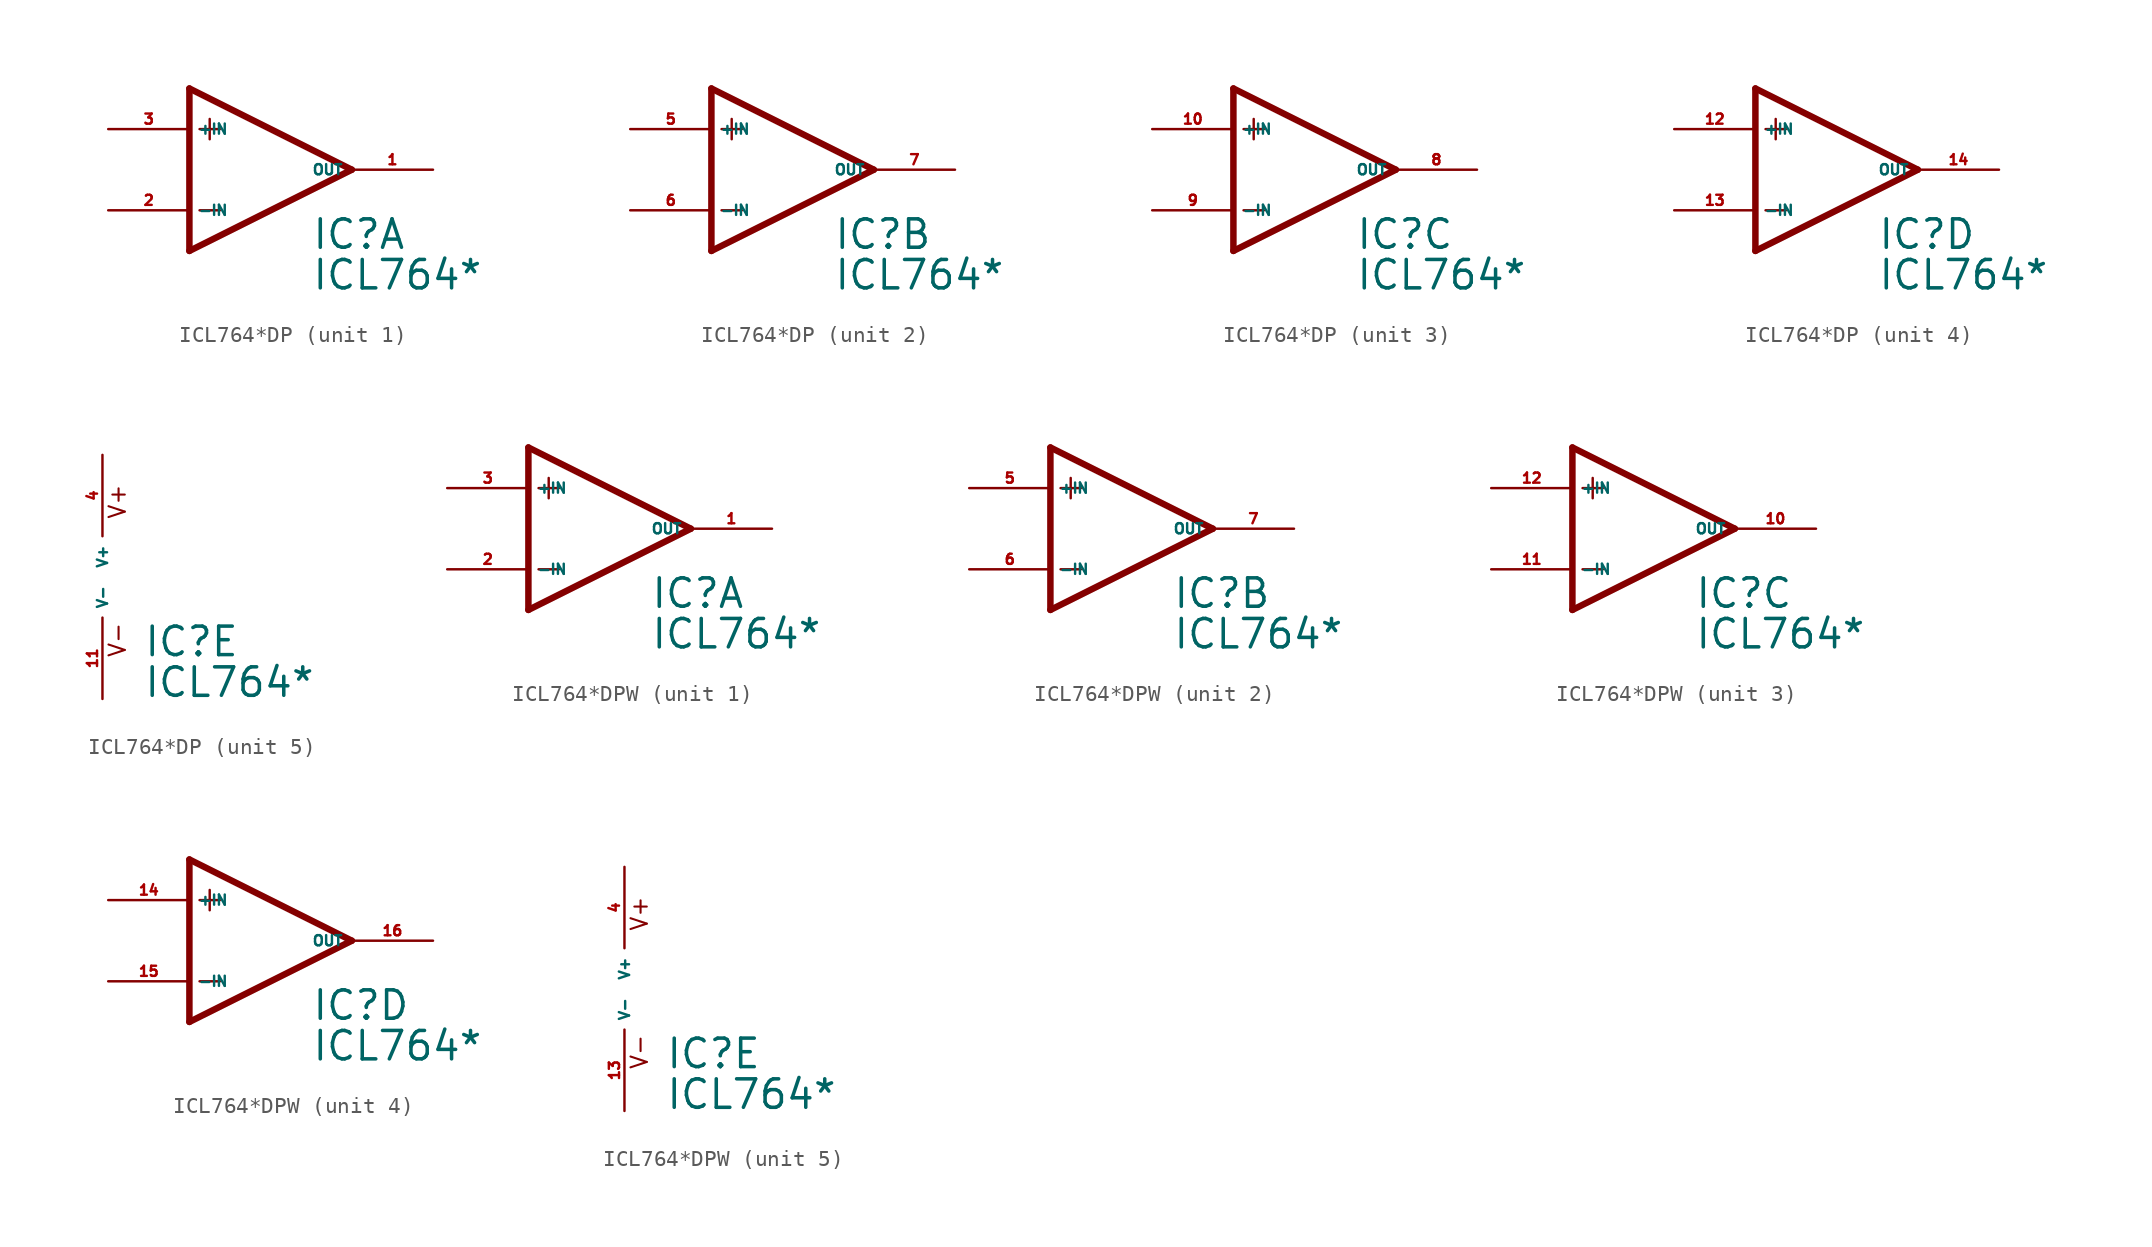
<source format=kicad_sym>
(kicad_symbol_lib
  (version 20220914)
  (generator Eagle2Kicad)
  (symbol "ICL764*DP"
    (property "Reference" "IC"
      (at 2.54 -5.08 0)
      (effects (font (size 1.778 1.778) (thickness 0.22)) (justify left bottom)))
    (property "Value" "ICL764*"
      (at 2.54 -7.62 0)
      (effects (font (size 1.778 1.778) (thickness 0.22)) (justify left bottom)))
    (symbol "ICL764*DP_1_0"
      (polyline (pts (xy -3.81 3.175) (xy -3.81 1.905)) (stroke (width 0.152) (type default)) (fill (type none)))
      (polyline (pts (xy -4.445 2.54) (xy -3.175 2.54)) (stroke (width 0.152) (type default)) (fill (type none)))
      (polyline (pts (xy -4.445 -2.54) (xy -3.175 -2.54)) (stroke (width 0.152) (type default)) (fill (type none)))
      (polyline (pts (xy 5.08 0) (xy -5.08 5.08)) (stroke (width 0.406) (type default)) (fill (type none)))
      (polyline (pts (xy -5.08 5.08) (xy -5.08 -5.08)) (stroke (width 0.406) (type default)) (fill (type none)))
      (polyline (pts (xy -5.08 -5.08) (xy 5.08 0)) (stroke (width 0.406) (type default)) (fill (type none)))
      (pin input line (at -10.16 -2.54 0) (length 5.08) (name "-IN" (effects (font (size 0.635 0.635) (thickness 0.08)) (justify left bottom))) (number "2" (effects (font (size 0.635 0.635) (thickness 0.08)) (justify left bottom))))
      (pin input line (at -10.16 2.54 0) (length 5.08) (name "+IN" (effects (font (size 0.635 0.635) (thickness 0.08)) (justify left bottom))) (number "3" (effects (font (size 0.635 0.635) (thickness 0.08)) (justify left bottom))))
      (pin output line (at 10.16 0 180) (length 5.08) (name "OUT" (effects (font (size 0.635 0.635) (thickness 0.08)) (justify left bottom))) (number "1" (effects (font (size 0.635 0.635) (thickness 0.08)) (justify left bottom)))))
    (symbol "ICL764*DP_2_0"
      (polyline (pts (xy -3.81 3.175) (xy -3.81 1.905)) (stroke (width 0.152) (type default)) (fill (type none)))
      (polyline (pts (xy -4.445 2.54) (xy -3.175 2.54)) (stroke (width 0.152) (type default)) (fill (type none)))
      (polyline (pts (xy -4.445 -2.54) (xy -3.175 -2.54)) (stroke (width 0.152) (type default)) (fill (type none)))
      (polyline (pts (xy 5.08 0) (xy -5.08 5.08)) (stroke (width 0.406) (type default)) (fill (type none)))
      (polyline (pts (xy -5.08 5.08) (xy -5.08 -5.08)) (stroke (width 0.406) (type default)) (fill (type none)))
      (polyline (pts (xy -5.08 -5.08) (xy 5.08 0)) (stroke (width 0.406) (type default)) (fill (type none)))
      (pin input line (at -10.16 -2.54 0) (length 5.08) (name "-IN" (effects (font (size 0.635 0.635) (thickness 0.08)) (justify left bottom))) (number "6" (effects (font (size 0.635 0.635) (thickness 0.08)) (justify left bottom))))
      (pin input line (at -10.16 2.54 0) (length 5.08) (name "+IN" (effects (font (size 0.635 0.635) (thickness 0.08)) (justify left bottom))) (number "5" (effects (font (size 0.635 0.635) (thickness 0.08)) (justify left bottom))))
      (pin output line (at 10.16 0 180) (length 5.08) (name "OUT" (effects (font (size 0.635 0.635) (thickness 0.08)) (justify left bottom))) (number "7" (effects (font (size 0.635 0.635) (thickness 0.08)) (justify left bottom)))))
    (symbol "ICL764*DP_3_0"
      (polyline (pts (xy -3.81 3.175) (xy -3.81 1.905)) (stroke (width 0.152) (type default)) (fill (type none)))
      (polyline (pts (xy -4.445 2.54) (xy -3.175 2.54)) (stroke (width 0.152) (type default)) (fill (type none)))
      (polyline (pts (xy -4.445 -2.54) (xy -3.175 -2.54)) (stroke (width 0.152) (type default)) (fill (type none)))
      (polyline (pts (xy 5.08 0) (xy -5.08 5.08)) (stroke (width 0.406) (type default)) (fill (type none)))
      (polyline (pts (xy -5.08 5.08) (xy -5.08 -5.08)) (stroke (width 0.406) (type default)) (fill (type none)))
      (polyline (pts (xy -5.08 -5.08) (xy 5.08 0)) (stroke (width 0.406) (type default)) (fill (type none)))
      (pin input line (at -10.16 -2.54 0) (length 5.08) (name "-IN" (effects (font (size 0.635 0.635) (thickness 0.08)) (justify left bottom))) (number "9" (effects (font (size 0.635 0.635) (thickness 0.08)) (justify left bottom))))
      (pin input line (at -10.16 2.54 0) (length 5.08) (name "+IN" (effects (font (size 0.635 0.635) (thickness 0.08)) (justify left bottom))) (number "10" (effects (font (size 0.635 0.635) (thickness 0.08)) (justify left bottom))))
      (pin output line (at 10.16 0 180) (length 5.08) (name "OUT" (effects (font (size 0.635 0.635) (thickness 0.08)) (justify left bottom))) (number "8" (effects (font (size 0.635 0.635) (thickness 0.08)) (justify left bottom)))))
    (symbol "ICL764*DP_4_0"
      (polyline (pts (xy -3.81 3.175) (xy -3.81 1.905)) (stroke (width 0.152) (type default)) (fill (type none)))
      (polyline (pts (xy -4.445 2.54) (xy -3.175 2.54)) (stroke (width 0.152) (type default)) (fill (type none)))
      (polyline (pts (xy -4.445 -2.54) (xy -3.175 -2.54)) (stroke (width 0.152) (type default)) (fill (type none)))
      (polyline (pts (xy 5.08 0) (xy -5.08 5.08)) (stroke (width 0.406) (type default)) (fill (type none)))
      (polyline (pts (xy -5.08 5.08) (xy -5.08 -5.08)) (stroke (width 0.406) (type default)) (fill (type none)))
      (polyline (pts (xy -5.08 -5.08) (xy 5.08 0)) (stroke (width 0.406) (type default)) (fill (type none)))
      (pin input line (at -10.16 -2.54 0) (length 5.08) (name "-IN" (effects (font (size 0.635 0.635) (thickness 0.08)) (justify left bottom))) (number "13" (effects (font (size 0.635 0.635) (thickness 0.08)) (justify left bottom))))
      (pin input line (at -10.16 2.54 0) (length 5.08) (name "+IN" (effects (font (size 0.635 0.635) (thickness 0.08)) (justify left bottom))) (number "12" (effects (font (size 0.635 0.635) (thickness 0.08)) (justify left bottom))))
      (pin output line (at 10.16 0 180) (length 5.08) (name "OUT" (effects (font (size 0.635 0.635) (thickness 0.08)) (justify left bottom))) (number "14" (effects (font (size 0.635 0.635) (thickness 0.08)) (justify left bottom)))))
    (symbol "ICL764*DP_5_0"
      (text "V+" (at 1.524 3.556 900) (effects (font (size 1.016 1.016) (thickness 0.13)) (justify left bottom)))
      (text "V-" (at 1.524 -5.08 900) (effects (font (size 1.016 1.016) (thickness 0.13)) (justify left bottom)))
      (pin unspecified line (at 0 7.62 270) (length 5.08) (name "V+" (effects (font (size 0.635 0.635) (thickness 0.08)) (justify left bottom))) (number "4" (effects (font (size 0.635 0.635) (thickness 0.08)) (justify left bottom))))
      (pin unspecified line (at 0 -7.62 90) (length 5.08) (name "V-" (effects (font (size 0.635 0.635) (thickness 0.08)) (justify left bottom))) (number "11" (effects (font (size 0.635 0.635) (thickness 0.08)) (justify left bottom))))))
  (symbol "ICL764*DPW"
    (property "Reference" "IC"
      (at 2.54 -5.08 0)
      (effects (font (size 1.778 1.778) (thickness 0.22)) (justify left bottom)))
    (property "Value" "ICL764*"
      (at 2.54 -7.62 0)
      (effects (font (size 1.778 1.778) (thickness 0.22)) (justify left bottom)))
    (symbol "ICL764*DPW_1_0"
      (polyline (pts (xy -3.81 3.175) (xy -3.81 1.905)) (stroke (width 0.152) (type default)) (fill (type none)))
      (polyline (pts (xy -4.445 2.54) (xy -3.175 2.54)) (stroke (width 0.152) (type default)) (fill (type none)))
      (polyline (pts (xy -4.445 -2.54) (xy -3.175 -2.54)) (stroke (width 0.152) (type default)) (fill (type none)))
      (polyline (pts (xy 5.08 0) (xy -5.08 5.08)) (stroke (width 0.406) (type default)) (fill (type none)))
      (polyline (pts (xy -5.08 5.08) (xy -5.08 -5.08)) (stroke (width 0.406) (type default)) (fill (type none)))
      (polyline (pts (xy -5.08 -5.08) (xy 5.08 0)) (stroke (width 0.406) (type default)) (fill (type none)))
      (pin input line (at -10.16 -2.54 0) (length 5.08) (name "-IN" (effects (font (size 0.635 0.635) (thickness 0.08)) (justify left bottom))) (number "2" (effects (font (size 0.635 0.635) (thickness 0.08)) (justify left bottom))))
      (pin input line (at -10.16 2.54 0) (length 5.08) (name "+IN" (effects (font (size 0.635 0.635) (thickness 0.08)) (justify left bottom))) (number "3" (effects (font (size 0.635 0.635) (thickness 0.08)) (justify left bottom))))
      (pin output line (at 10.16 0 180) (length 5.08) (name "OUT" (effects (font (size 0.635 0.635) (thickness 0.08)) (justify left bottom))) (number "1" (effects (font (size 0.635 0.635) (thickness 0.08)) (justify left bottom)))))
    (symbol "ICL764*DPW_2_0"
      (polyline (pts (xy -3.81 3.175) (xy -3.81 1.905)) (stroke (width 0.152) (type default)) (fill (type none)))
      (polyline (pts (xy -4.445 2.54) (xy -3.175 2.54)) (stroke (width 0.152) (type default)) (fill (type none)))
      (polyline (pts (xy -4.445 -2.54) (xy -3.175 -2.54)) (stroke (width 0.152) (type default)) (fill (type none)))
      (polyline (pts (xy 5.08 0) (xy -5.08 5.08)) (stroke (width 0.406) (type default)) (fill (type none)))
      (polyline (pts (xy -5.08 5.08) (xy -5.08 -5.08)) (stroke (width 0.406) (type default)) (fill (type none)))
      (polyline (pts (xy -5.08 -5.08) (xy 5.08 0)) (stroke (width 0.406) (type default)) (fill (type none)))
      (pin input line (at -10.16 -2.54 0) (length 5.08) (name "-IN" (effects (font (size 0.635 0.635) (thickness 0.08)) (justify left bottom))) (number "6" (effects (font (size 0.635 0.635) (thickness 0.08)) (justify left bottom))))
      (pin input line (at -10.16 2.54 0) (length 5.08) (name "+IN" (effects (font (size 0.635 0.635) (thickness 0.08)) (justify left bottom))) (number "5" (effects (font (size 0.635 0.635) (thickness 0.08)) (justify left bottom))))
      (pin output line (at 10.16 0 180) (length 5.08) (name "OUT" (effects (font (size 0.635 0.635) (thickness 0.08)) (justify left bottom))) (number "7" (effects (font (size 0.635 0.635) (thickness 0.08)) (justify left bottom)))))
    (symbol "ICL764*DPW_3_0"
      (polyline (pts (xy -3.81 3.175) (xy -3.81 1.905)) (stroke (width 0.152) (type default)) (fill (type none)))
      (polyline (pts (xy -4.445 2.54) (xy -3.175 2.54)) (stroke (width 0.152) (type default)) (fill (type none)))
      (polyline (pts (xy -4.445 -2.54) (xy -3.175 -2.54)) (stroke (width 0.152) (type default)) (fill (type none)))
      (polyline (pts (xy 5.08 0) (xy -5.08 5.08)) (stroke (width 0.406) (type default)) (fill (type none)))
      (polyline (pts (xy -5.08 5.08) (xy -5.08 -5.08)) (stroke (width 0.406) (type default)) (fill (type none)))
      (polyline (pts (xy -5.08 -5.08) (xy 5.08 0)) (stroke (width 0.406) (type default)) (fill (type none)))
      (pin input line (at -10.16 -2.54 0) (length 5.08) (name "-IN" (effects (font (size 0.635 0.635) (thickness 0.08)) (justify left bottom))) (number "11" (effects (font (size 0.635 0.635) (thickness 0.08)) (justify left bottom))))
      (pin input line (at -10.16 2.54 0) (length 5.08) (name "+IN" (effects (font (size 0.635 0.635) (thickness 0.08)) (justify left bottom))) (number "12" (effects (font (size 0.635 0.635) (thickness 0.08)) (justify left bottom))))
      (pin output line (at 10.16 0 180) (length 5.08) (name "OUT" (effects (font (size 0.635 0.635) (thickness 0.08)) (justify left bottom))) (number "10" (effects (font (size 0.635 0.635) (thickness 0.08)) (justify left bottom)))))
    (symbol "ICL764*DPW_4_0"
      (polyline (pts (xy -3.81 3.175) (xy -3.81 1.905)) (stroke (width 0.152) (type default)) (fill (type none)))
      (polyline (pts (xy -4.445 2.54) (xy -3.175 2.54)) (stroke (width 0.152) (type default)) (fill (type none)))
      (polyline (pts (xy -4.445 -2.54) (xy -3.175 -2.54)) (stroke (width 0.152) (type default)) (fill (type none)))
      (polyline (pts (xy 5.08 0) (xy -5.08 5.08)) (stroke (width 0.406) (type default)) (fill (type none)))
      (polyline (pts (xy -5.08 5.08) (xy -5.08 -5.08)) (stroke (width 0.406) (type default)) (fill (type none)))
      (polyline (pts (xy -5.08 -5.08) (xy 5.08 0)) (stroke (width 0.406) (type default)) (fill (type none)))
      (pin input line (at -10.16 -2.54 0) (length 5.08) (name "-IN" (effects (font (size 0.635 0.635) (thickness 0.08)) (justify left bottom))) (number "15" (effects (font (size 0.635 0.635) (thickness 0.08)) (justify left bottom))))
      (pin input line (at -10.16 2.54 0) (length 5.08) (name "+IN" (effects (font (size 0.635 0.635) (thickness 0.08)) (justify left bottom))) (number "14" (effects (font (size 0.635 0.635) (thickness 0.08)) (justify left bottom))))
      (pin output line (at 10.16 0 180) (length 5.08) (name "OUT" (effects (font (size 0.635 0.635) (thickness 0.08)) (justify left bottom))) (number "16" (effects (font (size 0.635 0.635) (thickness 0.08)) (justify left bottom)))))
    (symbol "ICL764*DPW_5_0"
      (text "V+" (at 1.524 3.556 900) (effects (font (size 1.016 1.016) (thickness 0.13)) (justify left bottom)))
      (text "V-" (at 1.524 -5.08 900) (effects (font (size 1.016 1.016) (thickness 0.13)) (justify left bottom)))
      (pin unspecified line (at 0 7.62 270) (length 5.08) (name "V+" (effects (font (size 0.635 0.635) (thickness 0.08)) (justify left bottom))) (number "4" (effects (font (size 0.635 0.635) (thickness 0.08)) (justify left bottom))))
      (pin unspecified line (at 0 -7.62 90) (length 5.08) (name "V-" (effects (font (size 0.635 0.635) (thickness 0.08)) (justify left bottom))) (number "13" (effects (font (size 0.635 0.635) (thickness 0.08)) (justify left bottom)))))))
</source>
